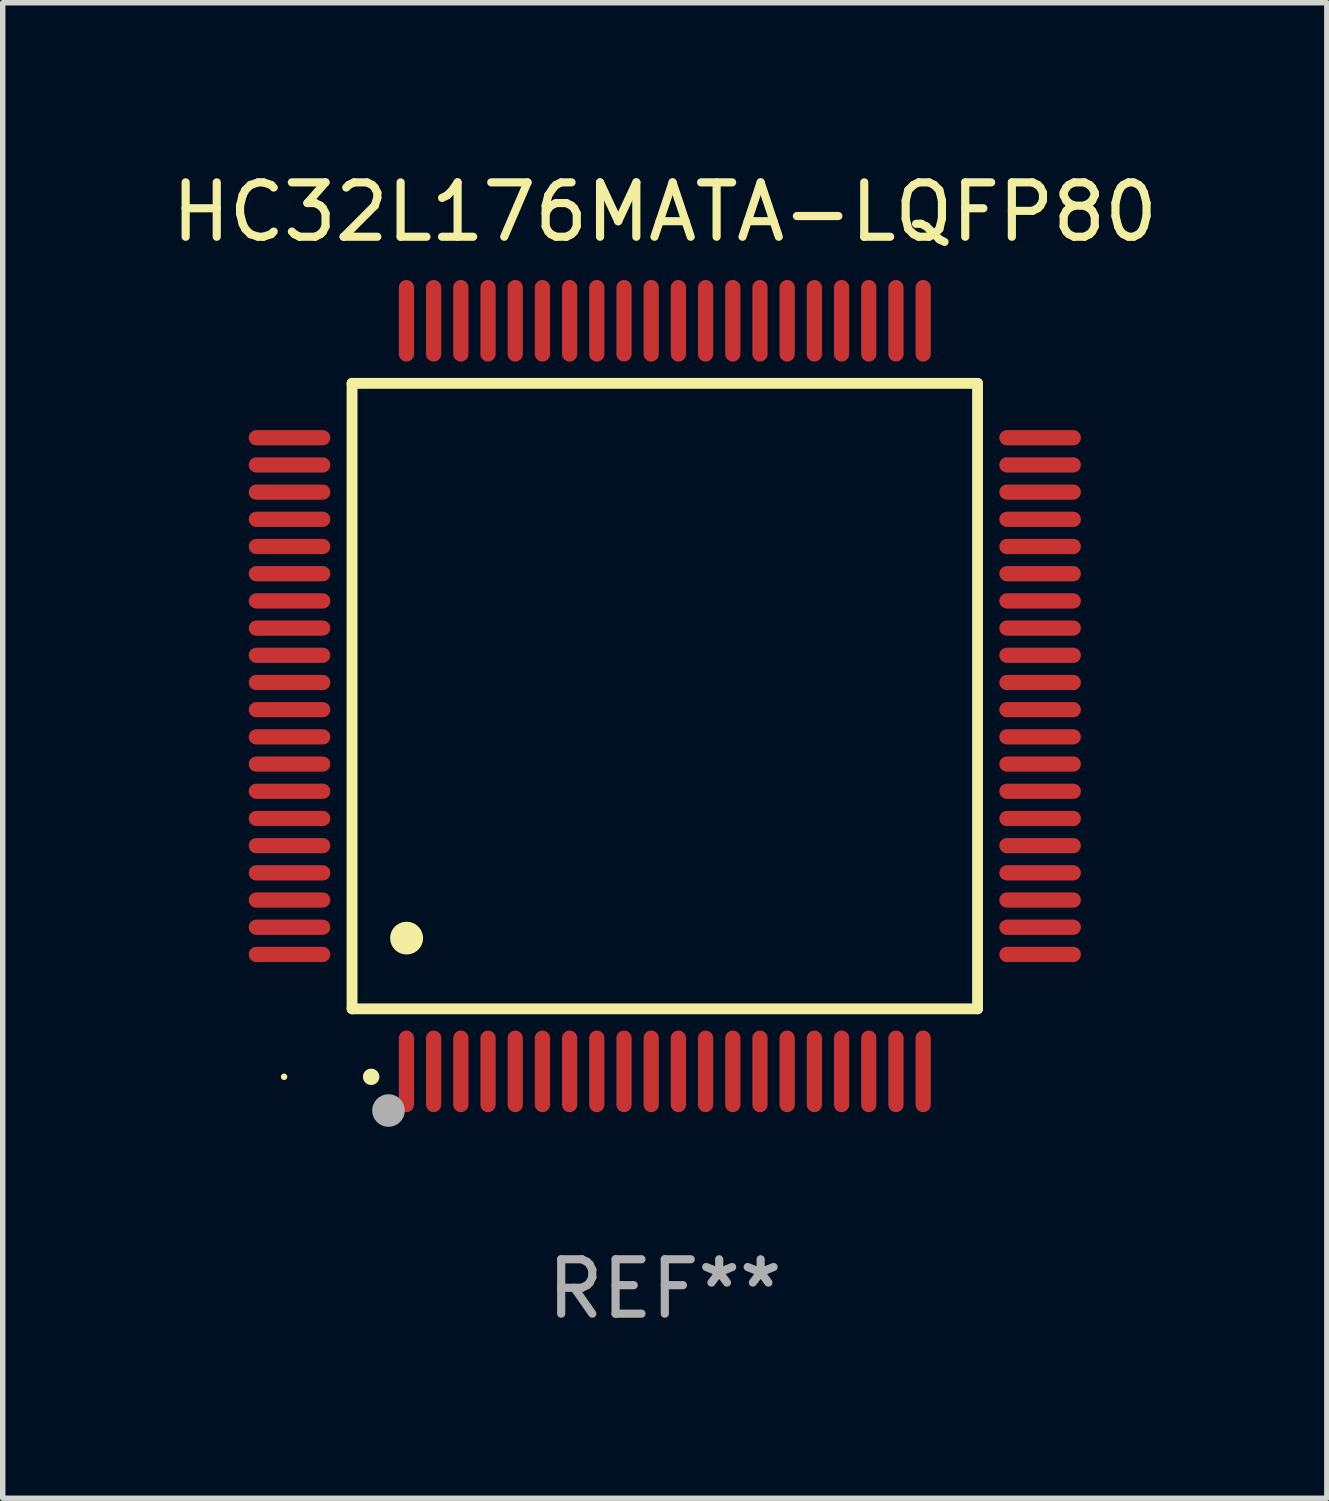
<source format=kicad_pcb>
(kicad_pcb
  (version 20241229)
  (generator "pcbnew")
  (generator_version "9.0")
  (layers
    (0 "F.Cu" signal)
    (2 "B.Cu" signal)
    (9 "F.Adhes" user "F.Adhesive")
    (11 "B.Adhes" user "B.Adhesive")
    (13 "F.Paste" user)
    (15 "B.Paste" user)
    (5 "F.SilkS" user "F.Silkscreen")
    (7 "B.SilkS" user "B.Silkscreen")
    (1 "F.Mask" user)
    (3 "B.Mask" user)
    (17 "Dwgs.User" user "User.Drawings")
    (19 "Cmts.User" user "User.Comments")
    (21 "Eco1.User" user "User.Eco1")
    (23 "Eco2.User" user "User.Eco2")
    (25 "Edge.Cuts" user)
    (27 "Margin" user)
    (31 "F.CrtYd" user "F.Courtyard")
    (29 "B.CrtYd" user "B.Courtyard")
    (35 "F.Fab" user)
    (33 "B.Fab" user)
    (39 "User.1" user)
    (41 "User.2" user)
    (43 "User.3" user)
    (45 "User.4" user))
  (footprint "HC32L176MATA-LQFP80"
    (layer "F.Cu")
    (at 9.173 9.748)
    (property "Reference" "HC32L176MATA-LQFP80" (at 0 -8.9 0) (layer "F.SilkS") (effects (font (size 1 1) (thickness 0.15))))
    (attr through_hole)
    (fp_line (start -5.75 -5.75) (end 5.75 -5.75) (stroke (width 0.2) (type solid)) (layer "F.SilkS"))
    (fp_line (start -5.75 5.75) (end -5.75 -5.75) (stroke (width 0.2) (type solid)) (layer "F.SilkS"))
    (fp_line (start 5.75 -5.75) (end 5.75 5.75) (stroke (width 0.2) (type solid)) (layer "F.SilkS"))
    (fp_line (start 5.75 5.75) (end -5.75 5.75) (stroke (width 0.2) (type solid)) (layer "F.SilkS"))
    (fp_arc (start -5.400051 7.000254) (mid -5.398781 7.000249) (end -5.397511 7.000254) (stroke (width 0.3) (type solid)) (layer "F.SilkS"))
    (fp_arc (start -4.749809 4.450089) (mid -4.747269 4.450078) (end -4.744729 4.450089) (stroke (width 0.6) (type solid)) (layer "F.SilkS"))
    (fp_circle (center -7 7) (end -6.97 7) (stroke (width 0.06) (type solid)) (fill no) (layer "F.SilkS"))
    (fp_circle (center -5.08 7.62) (end -4.93 7.62) (stroke (width 0.3) (type solid)) (fill no) (layer "F.Fab"))
    (fp_text user "REF**" (at 0 10.9 0) (layer "F.Fab") (effects (font (size 1 1) (thickness 0.15))))
    (pad "1" smd oval (at -4.75 6.9 180) (size 0.28 1.5) (layers "F.Cu" "F.Mask" "F.Paste"))
    (pad "2" smd oval (at -4.25 6.9 180) (size 0.28 1.5) (layers "F.Cu" "F.Mask" "F.Paste"))
    (pad "3" smd oval (at -3.75 6.9 180) (size 0.28 1.5) (layers "F.Cu" "F.Mask" "F.Paste"))
    (pad "4" smd oval (at -3.25 6.9 180) (size 0.28 1.5) (layers "F.Cu" "F.Mask" "F.Paste"))
    (pad "5" smd oval (at -2.75 6.9 180) (size 0.28 1.5) (layers "F.Cu" "F.Mask" "F.Paste"))
    (pad "6" smd oval (at -2.25 6.9 180) (size 0.28 1.5) (layers "F.Cu" "F.Mask" "F.Paste"))
    (pad "7" smd oval (at -1.75 6.9 180) (size 0.28 1.5) (layers "F.Cu" "F.Mask" "F.Paste"))
    (pad "8" smd oval (at -1.25 6.9 180) (size 0.28 1.5) (layers "F.Cu" "F.Mask" "F.Paste"))
    (pad "9" smd oval (at -0.75 6.9 180) (size 0.28 1.5) (layers "F.Cu" "F.Mask" "F.Paste"))
    (pad "10" smd oval (at -0.25 6.9 180) (size 0.28 1.5) (layers "F.Cu" "F.Mask" "F.Paste"))
    (pad "11" smd oval (at 0.25 6.9 180) (size 0.28 1.5) (layers "F.Cu" "F.Mask" "F.Paste"))
    (pad "12" smd oval (at 0.75 6.9 180) (size 0.28 1.5) (layers "F.Cu" "F.Mask" "F.Paste"))
    (pad "13" smd oval (at 1.25 6.9 180) (size 0.28 1.5) (layers "F.Cu" "F.Mask" "F.Paste"))
    (pad "14" smd oval (at 1.75 6.9 180) (size 0.28 1.5) (layers "F.Cu" "F.Mask" "F.Paste"))
    (pad "15" smd oval (at 2.25 6.9 180) (size 0.28 1.5) (layers "F.Cu" "F.Mask" "F.Paste"))
    (pad "16" smd oval (at 2.75 6.9 180) (size 0.28 1.5) (layers "F.Cu" "F.Mask" "F.Paste"))
    (pad "17" smd oval (at 3.25 6.9 180) (size 0.28 1.5) (layers "F.Cu" "F.Mask" "F.Paste"))
    (pad "18" smd oval (at 3.75 6.9 180) (size 0.28 1.5) (layers "F.Cu" "F.Mask" "F.Paste"))
    (pad "19" smd oval (at 4.25 6.9 180) (size 0.28 1.5) (layers "F.Cu" "F.Mask" "F.Paste"))
    (pad "20" smd oval (at 4.75 6.9) (size 0.28 1.5) (layers "F.Cu" "F.Mask" "F.Paste"))
    (pad "21" smd oval (at 6.9 4.75 270) (size 0.28 1.5) (layers "F.Cu" "F.Mask" "F.Paste"))
    (pad "22" smd oval (at 6.9 4.25 90) (size 0.28 1.5) (layers "F.Cu" "F.Mask" "F.Paste"))
    (pad "23" smd oval (at 6.9 3.75 90) (size 0.28 1.5) (layers "F.Cu" "F.Mask" "F.Paste"))
    (pad "24" smd oval (at 6.9 3.25 90) (size 0.28 1.5) (layers "F.Cu" "F.Mask" "F.Paste"))
    (pad "25" smd oval (at 6.9 2.75 90) (size 0.28 1.5) (layers "F.Cu" "F.Mask" "F.Paste"))
    (pad "26" smd oval (at 6.9 2.25 90) (size 0.28 1.5) (layers "F.Cu" "F.Mask" "F.Paste"))
    (pad "27" smd oval (at 6.9 1.75 90) (size 0.28 1.5) (layers "F.Cu" "F.Mask" "F.Paste"))
    (pad "28" smd oval (at 6.9 1.25 90) (size 0.28 1.5) (layers "F.Cu" "F.Mask" "F.Paste"))
    (pad "29" smd oval (at 6.9 0.75 90) (size 0.28 1.5) (layers "F.Cu" "F.Mask" "F.Paste"))
    (pad "30" smd oval (at 6.9 0.25 90) (size 0.28 1.5) (layers "F.Cu" "F.Mask" "F.Paste"))
    (pad "31" smd oval (at 6.9 -0.25 90) (size 0.28 1.5) (layers "F.Cu" "F.Mask" "F.Paste"))
    (pad "32" smd oval (at 6.9 -0.75 90) (size 0.28 1.5) (layers "F.Cu" "F.Mask" "F.Paste"))
    (pad "33" smd oval (at 6.9 -1.25 90) (size 0.28 1.5) (layers "F.Cu" "F.Mask" "F.Paste"))
    (pad "34" smd oval (at 6.9 -1.75 90) (size 0.28 1.5) (layers "F.Cu" "F.Mask" "F.Paste"))
    (pad "35" smd oval (at 6.9 -2.25 90) (size 0.28 1.5) (layers "F.Cu" "F.Mask" "F.Paste"))
    (pad "36" smd oval (at 6.9 -2.75 90) (size 0.28 1.5) (layers "F.Cu" "F.Mask" "F.Paste"))
    (pad "37" smd oval (at 6.9 -3.25 90) (size 0.28 1.5) (layers "F.Cu" "F.Mask" "F.Paste"))
    (pad "38" smd oval (at 6.9 -3.75 90) (size 0.28 1.5) (layers "F.Cu" "F.Mask" "F.Paste"))
    (pad "39" smd oval (at 6.9 -4.25 90) (size 0.28 1.5) (layers "F.Cu" "F.Mask" "F.Paste"))
    (pad "40" smd oval (at 6.9 -4.75 90) (size 0.28 1.5) (layers "F.Cu" "F.Mask" "F.Paste"))
    (pad "41" smd oval (at 4.75 -6.9) (size 0.28 1.5) (layers "F.Cu" "F.Mask" "F.Paste"))
    (pad "42" smd oval (at 4.25 -6.9 180) (size 0.28 1.5) (layers "F.Cu" "F.Mask" "F.Paste"))
    (pad "43" smd oval (at 3.75 -6.9 180) (size 0.28 1.5) (layers "F.Cu" "F.Mask" "F.Paste"))
    (pad "44" smd oval (at 3.25 -6.9 180) (size 0.28 1.5) (layers "F.Cu" "F.Mask" "F.Paste"))
    (pad "45" smd oval (at 2.75 -6.9 180) (size 0.28 1.5) (layers "F.Cu" "F.Mask" "F.Paste"))
    (pad "46" smd oval (at 2.25 -6.9 180) (size 0.28 1.5) (layers "F.Cu" "F.Mask" "F.Paste"))
    (pad "47" smd oval (at 1.75 -6.9 180) (size 0.28 1.5) (layers "F.Cu" "F.Mask" "F.Paste"))
    (pad "48" smd oval (at 1.25 -6.9 180) (size 0.28 1.5) (layers "F.Cu" "F.Mask" "F.Paste"))
    (pad "49" smd oval (at 0.75 -6.9 180) (size 0.28 1.5) (layers "F.Cu" "F.Mask" "F.Paste"))
    (pad "50" smd oval (at 0.25 -6.9 180) (size 0.28 1.5) (layers "F.Cu" "F.Mask" "F.Paste"))
    (pad "51" smd oval (at -0.25 -6.9 180) (size 0.28 1.5) (layers "F.Cu" "F.Mask" "F.Paste"))
    (pad "52" smd oval (at -0.75 -6.9 180) (size 0.28 1.5) (layers "F.Cu" "F.Mask" "F.Paste"))
    (pad "53" smd oval (at -1.25 -6.9 180) (size 0.28 1.5) (layers "F.Cu" "F.Mask" "F.Paste"))
    (pad "54" smd oval (at -1.75 -6.9 180) (size 0.28 1.5) (layers "F.Cu" "F.Mask" "F.Paste"))
    (pad "55" smd oval (at -2.25 -6.9 180) (size 0.28 1.5) (layers "F.Cu" "F.Mask" "F.Paste"))
    (pad "56" smd oval (at -2.75 -6.9 180) (size 0.28 1.5) (layers "F.Cu" "F.Mask" "F.Paste"))
    (pad "57" smd oval (at -3.25 -6.9 180) (size 0.28 1.5) (layers "F.Cu" "F.Mask" "F.Paste"))
    (pad "58" smd oval (at -3.75 -6.9 180) (size 0.28 1.5) (layers "F.Cu" "F.Mask" "F.Paste"))
    (pad "59" smd oval (at -4.25 -6.9 180) (size 0.28 1.5) (layers "F.Cu" "F.Mask" "F.Paste"))
    (pad "60" smd oval (at -4.75 -6.9 180) (size 0.28 1.5) (layers "F.Cu" "F.Mask" "F.Paste"))
    (pad "61" smd oval (at -6.9 -4.75 90) (size 0.28 1.5) (layers "F.Cu" "F.Mask" "F.Paste"))
    (pad "62" smd oval (at -6.9 -4.25 90) (size 0.28 1.5) (layers "F.Cu" "F.Mask" "F.Paste"))
    (pad "63" smd oval (at -6.9 -3.75 90) (size 0.28 1.5) (layers "F.Cu" "F.Mask" "F.Paste"))
    (pad "64" smd oval (at -6.9 -3.25 90) (size 0.28 1.5) (layers "F.Cu" "F.Mask" "F.Paste"))
    (pad "65" smd oval (at -6.9 -2.75 90) (size 0.28 1.5) (layers "F.Cu" "F.Mask" "F.Paste"))
    (pad "66" smd oval (at -6.9 -2.25 90) (size 0.28 1.5) (layers "F.Cu" "F.Mask" "F.Paste"))
    (pad "67" smd oval (at -6.9 -1.75 90) (size 0.28 1.5) (layers "F.Cu" "F.Mask" "F.Paste"))
    (pad "68" smd oval (at -6.9 -1.25 90) (size 0.28 1.5) (layers "F.Cu" "F.Mask" "F.Paste"))
    (pad "69" smd oval (at -6.9 -0.75 90) (size 0.28 1.5) (layers "F.Cu" "F.Mask" "F.Paste"))
    (pad "70" smd oval (at -6.9 -0.25 90) (size 0.28 1.5) (layers "F.Cu" "F.Mask" "F.Paste"))
    (pad "71" smd oval (at -6.9 0.25 90) (size 0.28 1.5) (layers "F.Cu" "F.Mask" "F.Paste"))
    (pad "72" smd oval (at -6.9 0.75 90) (size 0.28 1.5) (layers "F.Cu" "F.Mask" "F.Paste"))
    (pad "73" smd oval (at -6.9 1.25 90) (size 0.28 1.5) (layers "F.Cu" "F.Mask" "F.Paste"))
    (pad "74" smd oval (at -6.9 1.75 90) (size 0.28 1.5) (layers "F.Cu" "F.Mask" "F.Paste"))
    (pad "75" smd oval (at -6.9 2.25 90) (size 0.28 1.5) (layers "F.Cu" "F.Mask" "F.Paste"))
    (pad "76" smd oval (at -6.9 2.75 90) (size 0.28 1.5) (layers "F.Cu" "F.Mask" "F.Paste"))
    (pad "77" smd oval (at -6.9 3.25 90) (size 0.28 1.5) (layers "F.Cu" "F.Mask" "F.Paste"))
    (pad "78" smd oval (at -6.9 3.75 90) (size 0.28 1.5) (layers "F.Cu" "F.Mask" "F.Paste"))
    (pad "79" smd oval (at -6.9 4.25 90) (size 0.28 1.5) (layers "F.Cu" "F.Mask" "F.Paste"))
    (pad "80" smd oval (at -6.9 4.75 270) (size 0.28 1.5) (layers "F.Cu" "F.Mask" "F.Paste")))
  (gr_rect
    (start -3 -3)
    (end 21.345 24.496)
    (stroke (width 0.1) (type default))
    (fill no)
    (layer "Edge.Cuts")))
</source>
